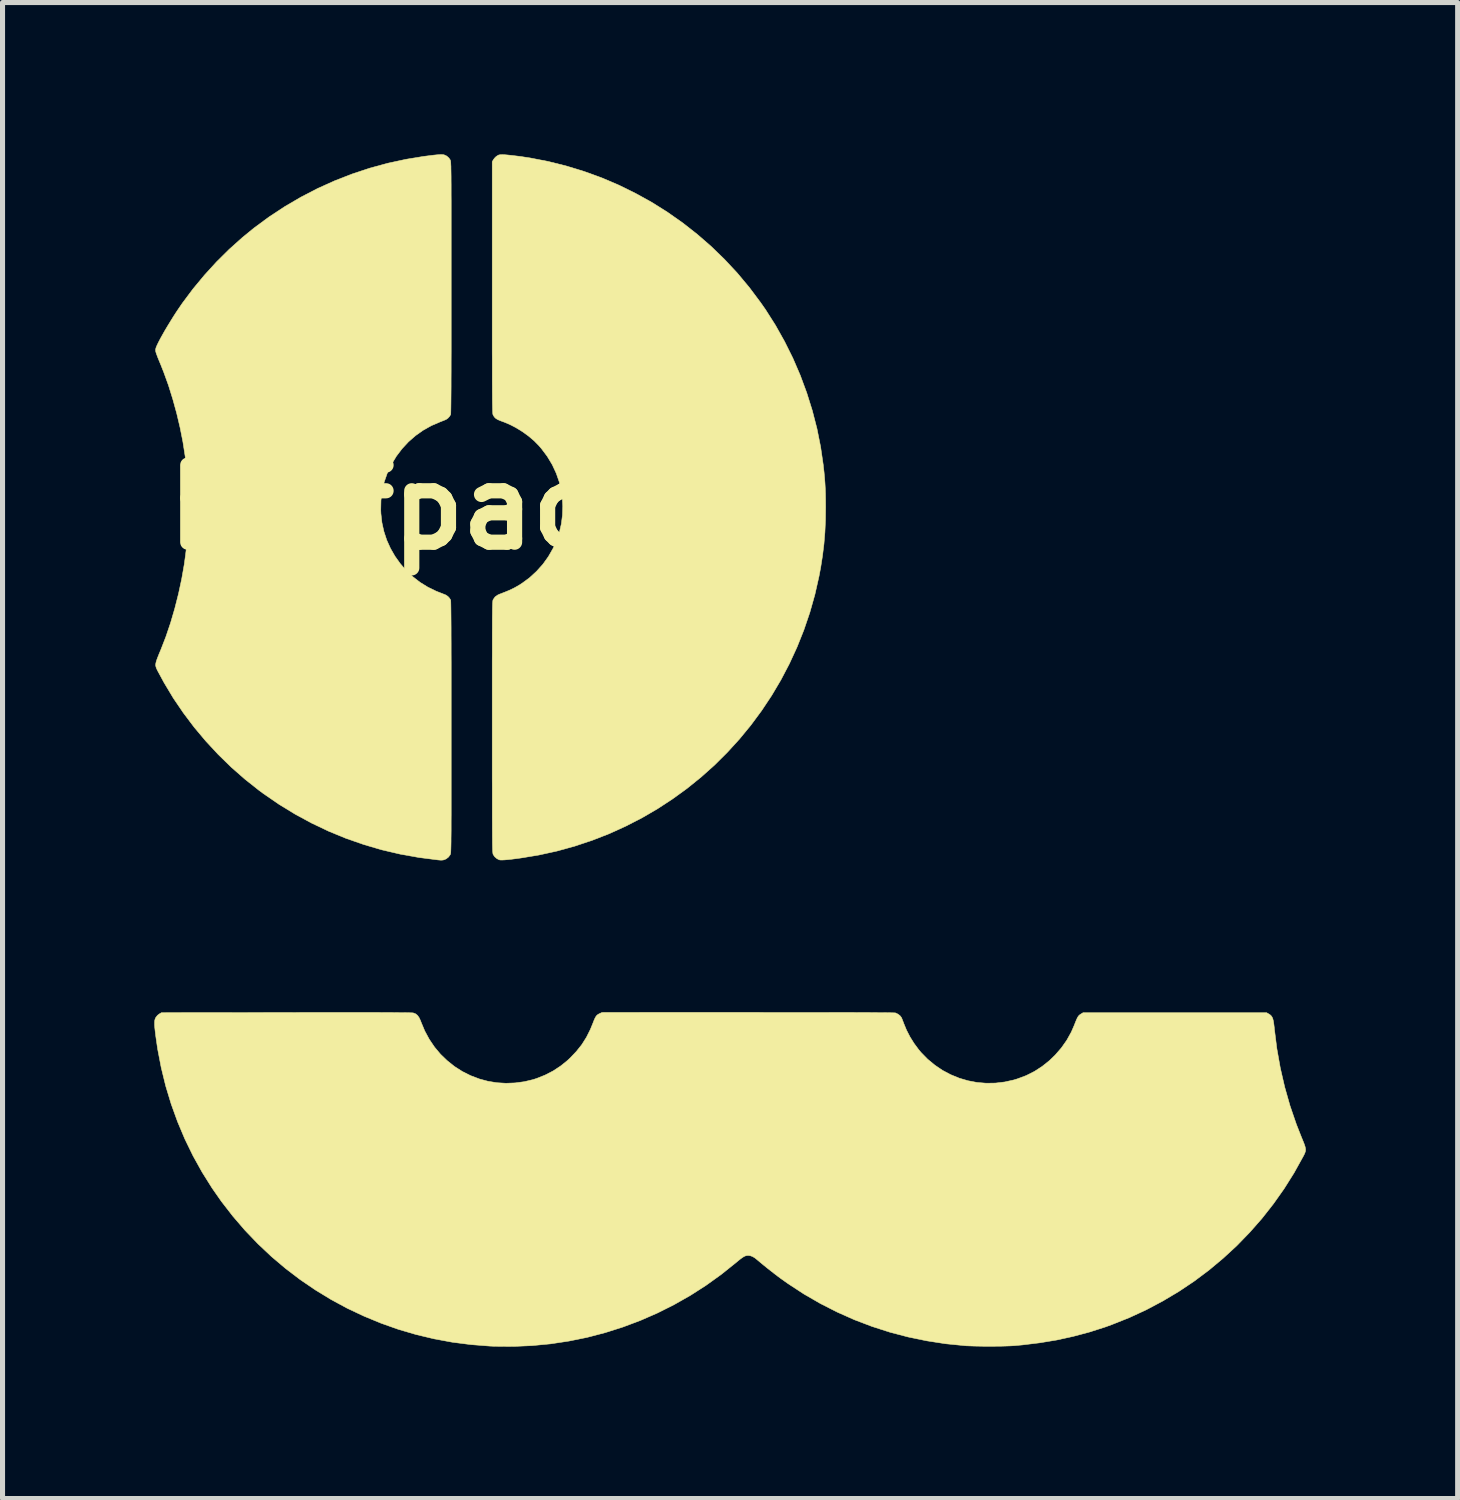
<source format=kicad_pcb>
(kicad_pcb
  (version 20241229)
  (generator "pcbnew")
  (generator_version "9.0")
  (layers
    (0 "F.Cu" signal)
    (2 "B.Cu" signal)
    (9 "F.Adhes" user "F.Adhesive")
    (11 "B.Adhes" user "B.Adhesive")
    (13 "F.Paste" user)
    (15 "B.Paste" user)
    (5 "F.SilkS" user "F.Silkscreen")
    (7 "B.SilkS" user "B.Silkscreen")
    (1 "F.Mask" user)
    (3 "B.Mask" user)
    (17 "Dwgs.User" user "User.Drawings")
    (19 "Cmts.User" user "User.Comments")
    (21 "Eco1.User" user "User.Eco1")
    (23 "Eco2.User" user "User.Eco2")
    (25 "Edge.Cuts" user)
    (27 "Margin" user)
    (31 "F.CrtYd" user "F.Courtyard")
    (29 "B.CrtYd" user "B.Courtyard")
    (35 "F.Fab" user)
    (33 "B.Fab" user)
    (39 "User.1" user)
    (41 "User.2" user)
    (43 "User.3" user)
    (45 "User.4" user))
  (footprint "halfpad-fn"
    (layer "F.Cu")
    (at 6.648 6.976)
    (property "Reference" "halfpad-fn" (at 0 0 0) (layer "F.SilkS") (effects (font (size 1.524 1.524) (thickness 0.3))))
    (attr through_hole)
    (fp_poly (pts (xy 0.244 -6.969) (xy 0.29 -6.967) (xy 0.353 -6.961) (xy 0.428 -6.953) (xy 0.511 -6.943) (xy 0.6 -6.932) (xy 0.689 -6.918) (xy 0.776 -6.905) (xy 1.141 -6.834) (xy 1.5 -6.744) (xy 1.852 -6.636) (xy 2.198 -6.51) (xy 2.535 -6.366) (xy 2.864 -6.204) (xy 3.184 -6.027) (xy 3.494 -5.832) (xy 3.793 -5.622) (xy 4.081 -5.396) (xy 4.358 -5.155) (xy 4.622 -4.899) (xy 4.873 -4.63) (xy 5.11 -4.346) (xy 5.333 -4.048) (xy 5.431 -3.908) (xy 5.628 -3.598) (xy 5.808 -3.277) (xy 5.972 -2.947) (xy 6.118 -2.608) (xy 6.246 -2.262) (xy 6.356 -1.911) (xy 6.448 -1.554) (xy 6.52 -1.194) (xy 6.573 -0.832) (xy 6.574 -0.816) (xy 6.588 -0.695) (xy 6.598 -0.585) (xy 6.606 -0.48) (xy 6.612 -0.377) (xy 6.616 -0.27) (xy 6.618 -0.153) (xy 6.619 -0.023) (xy 6.619 0) (xy 6.616 0.253) (xy 6.605 0.492) (xy 6.586 0.724) (xy 6.558 0.953) (xy 6.522 1.185) (xy 6.489 1.361) (xy 6.407 1.724) (xy 6.307 2.078) (xy 6.189 2.425) (xy 6.054 2.763) (xy 5.903 3.091) (xy 5.736 3.41) (xy 5.553 3.719) (xy 5.355 4.017) (xy 5.143 4.304) (xy 4.917 4.579) (xy 4.677 4.842) (xy 4.425 5.093) (xy 4.16 5.33) (xy 3.883 5.554) (xy 3.595 5.763) (xy 3.297 5.958) (xy 2.988 6.138) (xy 2.669 6.302) (xy 2.341 6.451) (xy 2.005 6.582) (xy 1.66 6.697) (xy 1.308 6.794) (xy 0.948 6.873) (xy 0.582 6.933) (xy 0.5 6.944) (xy 0.405 6.956) (xy 0.328 6.964) (xy 0.267 6.969) (xy 0.221 6.971) (xy 0.188 6.97) (xy 0.167 6.966) (xy 0.122 6.943) (xy 0.08 6.907) (xy 0.051 6.865) (xy 0.049 6.862) (xy 0.047 6.857) (xy 0.045 6.851) (xy 0.044 6.843) (xy 0.042 6.833) (xy 0.041 6.819) (xy 0.039 6.801) (xy 0.038 6.779) (xy 0.037 6.75) (xy 0.036 6.716) (xy 0.035 6.674) (xy 0.034 6.625) (xy 0.034 6.567) (xy 0.033 6.5) (xy 0.033 6.422) (xy 0.032 6.334) (xy 0.032 6.235) (xy 0.031 6.123) (xy 0.031 5.998) (xy 0.031 5.859) (xy 0.031 5.706) (xy 0.031 5.538) (xy 0.03 5.353) (xy 0.03 5.152) (xy 0.03 4.933) (xy 0.03 4.696) (xy 0.03 4.44) (xy 0.03 4.341) (xy 0.03 4.077) (xy 0.03 3.834) (xy 0.03 3.608) (xy 0.03 3.401) (xy 0.03 3.211) (xy 0.03 3.036) (xy 0.031 2.878) (xy 0.031 2.734) (xy 0.031 2.604) (xy 0.031 2.488) (xy 0.032 2.384) (xy 0.032 2.292) (xy 0.032 2.211) (xy 0.033 2.14) (xy 0.034 2.079) (xy 0.034 2.027) (xy 0.035 1.983) (xy 0.036 1.946) (xy 0.037 1.915) (xy 0.038 1.891) (xy 0.04 1.872) (xy 0.041 1.857) (xy 0.042 1.846) (xy 0.044 1.837) (xy 0.046 1.831) (xy 0.048 1.826) (xy 0.05 1.822) (xy 0.086 1.771) (xy 0.139 1.733) (xy 0.177 1.716) (xy 0.283 1.675) (xy 0.375 1.637) (xy 0.456 1.598) (xy 0.532 1.556) (xy 0.608 1.509) (xy 0.615 1.504) (xy 0.768 1.392) (xy 0.906 1.265) (xy 1.031 1.126) (xy 1.14 0.974) (xy 1.233 0.811) (xy 1.309 0.639) (xy 1.357 0.495) (xy 1.396 0.328) (xy 1.418 0.154) (xy 1.424 -0.024) (xy 1.414 -0.202) (xy 1.387 -0.375) (xy 1.357 -0.495) (xy 1.295 -0.673) (xy 1.216 -0.843) (xy 1.118 -1.006) (xy 1.001 -1.162) (xy 0.95 -1.221) (xy 0.856 -1.316) (xy 0.745 -1.41) (xy 0.624 -1.497) (xy 0.497 -1.575) (xy 0.368 -1.641) (xy 0.248 -1.69) (xy 0.186 -1.713) (xy 0.14 -1.733) (xy 0.106 -1.753) (xy 0.081 -1.775) (xy 0.061 -1.802) (xy 0.046 -1.828) (xy 0.044 -1.833) (xy 0.043 -1.84) (xy 0.041 -1.851) (xy 0.04 -1.865) (xy 0.039 -1.885) (xy 0.038 -1.909) (xy 0.037 -1.94) (xy 0.036 -1.978) (xy 0.035 -2.024) (xy 0.034 -2.078) (xy 0.033 -2.142) (xy 0.033 -2.215) (xy 0.032 -2.299) (xy 0.032 -2.394) (xy 0.031 -2.502) (xy 0.031 -2.622) (xy 0.031 -2.756) (xy 0.031 -2.904) (xy 0.03 -3.067) (xy 0.03 -3.246) (xy 0.03 -3.442) (xy 0.03 -3.654) (xy 0.03 -3.885) (xy 0.03 -4.134) (xy 0.03 -4.345) (xy 0.03 -6.83) (xy 0.053 -6.87) (xy 0.075 -6.9) (xy 0.105 -6.93) (xy 0.119 -6.94) (xy 0.142 -6.955) (xy 0.162 -6.964) (xy 0.187 -6.968) (xy 0.221 -6.969) (xy 0.244 -6.969)) (stroke (width 0.01) (type solid)) (fill yes) (layer "F.SilkS"))
    (fp_poly (pts (xy -0.938 -6.969) (xy -0.921 -6.966) (xy -0.869 -6.942) (xy -0.825 -6.902) (xy -0.8 -6.865) (xy -0.798 -6.86) (xy -0.796 -6.855) (xy -0.794 -6.848) (xy -0.793 -6.84) (xy -0.791 -6.828) (xy -0.79 -6.812) (xy -0.789 -6.792) (xy -0.788 -6.767) (xy -0.786 -6.736) (xy -0.786 -6.698) (xy -0.785 -6.652) (xy -0.784 -6.599) (xy -0.783 -6.536) (xy -0.783 -6.464) (xy -0.782 -6.381) (xy -0.782 -6.287) (xy -0.782 -6.181) (xy -0.781 -6.063) (xy -0.781 -5.931) (xy -0.781 -5.785) (xy -0.781 -5.624) (xy -0.781 -5.447) (xy -0.781 -5.254) (xy -0.781 -5.044) (xy -0.781 -4.816) (xy -0.781 -4.569) (xy -0.781 -4.344) (xy -0.781 -4.05) (xy -0.781 -3.775) (xy -0.781 -3.52) (xy -0.781 -3.284) (xy -0.781 -3.066) (xy -0.782 -2.868) (xy -0.782 -2.687) (xy -0.783 -2.525) (xy -0.783 -2.381) (xy -0.784 -2.254) (xy -0.785 -2.145) (xy -0.786 -2.052) (xy -0.787 -1.976) (xy -0.788 -1.917) (xy -0.789 -1.874) (xy -0.79 -1.846) (xy -0.791 -1.835) (xy -0.791 -1.835) (xy -0.812 -1.799) (xy -0.843 -1.764) (xy -0.878 -1.738) (xy -0.881 -1.737) (xy -0.9 -1.728) (xy -0.934 -1.714) (xy -0.975 -1.698) (xy -1.006 -1.686) (xy -1.175 -1.613) (xy -1.337 -1.522) (xy -1.488 -1.415) (xy -1.627 -1.293) (xy -1.753 -1.157) (xy -1.865 -1.009) (xy -1.867 -1.006) (xy -1.965 -0.842) (xy -2.045 -0.673) (xy -2.105 -0.5) (xy -2.146 -0.32) (xy -2.169 -0.135) (xy -2.173 0.058) (xy -2.17 0.123) (xy -2.15 0.302) (xy -2.111 0.478) (xy -2.055 0.648) (xy -1.981 0.812) (xy -1.892 0.967) (xy -1.788 1.113) (xy -1.67 1.249) (xy -1.539 1.372) (xy -1.396 1.483) (xy -1.242 1.578) (xy -1.078 1.658) (xy -1.006 1.686) (xy -0.962 1.703) (xy -0.922 1.719) (xy -0.892 1.731) (xy -0.881 1.737) (xy -0.846 1.761) (xy -0.814 1.796) (xy -0.793 1.831) (xy -0.791 1.835) (xy -0.79 1.846) (xy -0.789 1.873) (xy -0.788 1.915) (xy -0.787 1.974) (xy -0.786 2.049) (xy -0.785 2.141) (xy -0.784 2.25) (xy -0.783 2.376) (xy -0.783 2.52) (xy -0.782 2.682) (xy -0.782 2.861) (xy -0.781 3.059) (xy -0.781 3.276) (xy -0.781 3.511) (xy -0.781 3.766) (xy -0.781 4.04) (xy -0.781 4.334) (xy -0.781 4.344) (xy -0.781 4.608) (xy -0.781 4.851) (xy -0.781 5.077) (xy -0.781 5.284) (xy -0.781 5.475) (xy -0.781 5.649) (xy -0.781 5.808) (xy -0.781 5.952) (xy -0.781 6.082) (xy -0.782 6.198) (xy -0.782 6.302) (xy -0.782 6.394) (xy -0.783 6.475) (xy -0.784 6.546) (xy -0.784 6.607) (xy -0.785 6.66) (xy -0.786 6.704) (xy -0.787 6.741) (xy -0.788 6.771) (xy -0.789 6.796) (xy -0.79 6.815) (xy -0.791 6.83) (xy -0.793 6.841) (xy -0.795 6.85) (xy -0.796 6.856) (xy -0.798 6.861) (xy -0.8 6.865) (xy -0.834 6.912) (xy -0.88 6.948) (xy -0.919 6.965) (xy -0.943 6.971) (xy -0.967 6.973) (xy -0.997 6.973) (xy -1.04 6.969) (xy -1.041 6.969) (xy -1.416 6.921) (xy -1.786 6.855) (xy -2.15 6.77) (xy -2.508 6.665) (xy -2.859 6.543) (xy -3.202 6.402) (xy -3.538 6.242) (xy -3.865 6.065) (xy -4.184 5.87) (xy -4.492 5.658) (xy -4.579 5.594) (xy -4.859 5.372) (xy -5.129 5.135) (xy -5.386 4.884) (xy -5.63 4.621) (xy -5.86 4.347) (xy -6.074 4.063) (xy -6.273 3.77) (xy -6.453 3.47) (xy -6.575 3.245) (xy -6.594 3.208) (xy -6.608 3.177) (xy -6.617 3.149) (xy -6.622 3.122) (xy -6.62 3.093) (xy -6.613 3.058) (xy -6.6 3.016) (xy -6.58 2.963) (xy -6.554 2.897) (xy -6.521 2.819) (xy -6.42 2.559) (xy -6.327 2.284) (xy -6.244 2) (xy -6.17 1.709) (xy -6.107 1.416) (xy -6.056 1.126) (xy -6.031 0.94) (xy -6.019 0.844) (xy -6.009 0.759) (xy -6.001 0.683) (xy -5.995 0.611) (xy -5.99 0.541) (xy -5.986 0.47) (xy -5.983 0.394) (xy -5.982 0.311) (xy -5.981 0.217) (xy -5.98 0.109) (xy -5.98 -0.01) (xy -5.98 -0.141) (xy -5.981 -0.255) (xy -5.983 -0.355) (xy -5.985 -0.445) (xy -5.989 -0.528) (xy -5.994 -0.607) (xy -6.001 -0.686) (xy -6.009 -0.767) (xy -6.019 -0.855) (xy -6.031 -0.951) (xy -6.04 -1.017) (xy -6.083 -1.293) (xy -6.139 -1.575) (xy -6.206 -1.858) (xy -6.283 -2.137) (xy -6.368 -2.41) (xy -6.462 -2.67) (xy -6.521 -2.819) (xy -6.553 -2.896) (xy -6.578 -2.957) (xy -6.596 -3.005) (xy -6.609 -3.041) (xy -6.618 -3.069) (xy -6.622 -3.09) (xy -6.623 -3.108) (xy -6.622 -3.123) (xy -6.622 -3.125) (xy -6.614 -3.156) (xy -6.595 -3.202) (xy -6.567 -3.26) (xy -6.531 -3.329) (xy -6.488 -3.407) (xy -6.44 -3.492) (xy -6.387 -3.581) (xy -6.33 -3.674) (xy -6.272 -3.768) (xy -6.212 -3.861) (xy -6.151 -3.951) (xy -6.092 -4.037) (xy -6.09 -4.04) (xy -5.882 -4.318) (xy -5.657 -4.589) (xy -5.419 -4.85) (xy -5.169 -5.098) (xy -4.909 -5.331) (xy -4.678 -5.52) (xy -4.379 -5.74) (xy -4.069 -5.944) (xy -3.749 -6.131) (xy -3.421 -6.301) (xy -3.084 -6.453) (xy -2.74 -6.587) (xy -2.39 -6.703) (xy -2.034 -6.8) (xy -1.673 -6.878) (xy -1.326 -6.935) (xy -1.222 -6.948) (xy -1.136 -6.959) (xy -1.067 -6.966) (xy -1.012 -6.97) (xy -0.97 -6.971) (xy -0.938 -6.969)) (stroke (width 0.01) (type solid)) (fill yes) (layer "F.SilkS")))
  (footprint "halfpad-rshift"
    (layer "F.Cu")
    (at 11.377 20.261)
    (property "Reference" "halfpad-rshift" (at 0 0 0) (layer "F.SilkS") (effects (font (size 1.524 1.524) (thickness 0.3))))
    (attr through_hole)
    (fp_poly (pts (xy 0.662 -3.302) (xy 0.948 -3.302) (xy 1.215 -3.302) (xy 1.464 -3.302) (xy 1.694 -3.302) (xy 1.906 -3.302) (xy 2.101 -3.301) (xy 2.28 -3.301) (xy 2.442 -3.301) (xy 2.588 -3.3) (xy 2.718 -3.3) (xy 2.834 -3.299) (xy 2.935 -3.298) (xy 3.022 -3.298) (xy 3.095 -3.297) (xy 3.155 -3.296) (xy 3.202 -3.295) (xy 3.237 -3.294) (xy 3.261 -3.293) (xy 3.272 -3.292) (xy 3.274 -3.291) (xy 3.319 -3.269) (xy 3.36 -3.238) (xy 3.387 -3.203) (xy 3.388 -3.202) (xy 3.398 -3.179) (xy 3.412 -3.143) (xy 3.428 -3.102) (xy 3.434 -3.085) (xy 3.488 -2.954) (xy 3.557 -2.82) (xy 3.638 -2.69) (xy 3.729 -2.567) (xy 3.775 -2.512) (xy 3.906 -2.378) (xy 4.049 -2.26) (xy 4.201 -2.157) (xy 4.362 -2.072) (xy 4.53 -2.003) (xy 4.704 -1.952) (xy 4.883 -1.918) (xy 5.064 -1.903) (xy 5.248 -1.906) (xy 5.431 -1.928) (xy 5.614 -1.969) (xy 5.679 -1.989) (xy 5.853 -2.054) (xy 6.016 -2.136) (xy 6.169 -2.235) (xy 6.314 -2.351) (xy 6.425 -2.458) (xy 6.549 -2.601) (xy 6.656 -2.753) (xy 6.745 -2.913) (xy 6.801 -3.042) (xy 6.827 -3.108) (xy 6.848 -3.159) (xy 6.866 -3.197) (xy 6.882 -3.224) (xy 6.899 -3.244) (xy 6.917 -3.259) (xy 6.934 -3.27) (xy 6.98 -3.298) (xy 10.603 -3.298) (xy 10.647 -3.273) (xy 10.675 -3.255) (xy 10.697 -3.234) (xy 10.714 -3.209) (xy 10.728 -3.176) (xy 10.739 -3.132) (xy 10.748 -3.074) (xy 10.757 -3.001) (xy 10.759 -2.975) (xy 10.808 -2.585) (xy 10.876 -2.203) (xy 10.963 -1.826) (xy 11.068 -1.457) (xy 11.192 -1.095) (xy 11.294 -0.836) (xy 11.325 -0.761) (xy 11.348 -0.703) (xy 11.364 -0.656) (xy 11.373 -0.618) (xy 11.376 -0.586) (xy 11.372 -0.556) (xy 11.362 -0.526) (xy 11.347 -0.492) (xy 11.327 -0.454) (xy 11.148 -0.131) (xy 10.952 0.181) (xy 10.74 0.481) (xy 10.513 0.77) (xy 10.271 1.045) (xy 10.016 1.308) (xy 9.747 1.556) (xy 9.466 1.791) (xy 9.172 2.011) (xy 8.867 2.215) (xy 8.551 2.403) (xy 8.225 2.576) (xy 7.889 2.731) (xy 7.545 2.868) (xy 7.416 2.915) (xy 7.1 3.016) (xy 6.781 3.101) (xy 6.457 3.172) (xy 6.124 3.227) (xy 5.781 3.269) (xy 5.614 3.284) (xy 5.546 3.288) (xy 5.462 3.291) (xy 5.365 3.294) (xy 5.26 3.295) (xy 5.15 3.296) (xy 5.04 3.296) (xy 4.932 3.294) (xy 4.831 3.292) (xy 4.741 3.289) (xy 4.665 3.286) (xy 4.644 3.284) (xy 4.262 3.246) (xy 3.888 3.188) (xy 3.52 3.112) (xy 3.158 3.017) (xy 2.804 2.903) (xy 2.457 2.771) (xy 2.118 2.62) (xy 1.786 2.451) (xy 1.462 2.264) (xy 1.147 2.058) (xy 1.006 1.958) (xy 0.948 1.915) (xy 0.88 1.863) (xy 0.807 1.806) (xy 0.733 1.748) (xy 0.663 1.691) (xy 0.6 1.639) (xy 0.55 1.597) (xy 0.495 1.552) (xy 0.446 1.522) (xy 0.401 1.506) (xy 0.36 1.501) (xy 0.333 1.503) (xy 0.307 1.509) (xy 0.279 1.521) (xy 0.247 1.541) (xy 0.207 1.57) (xy 0.157 1.61) (xy 0.119 1.642) (xy -0.173 1.876) (xy -0.475 2.093) (xy -0.787 2.293) (xy -1.108 2.475) (xy -1.437 2.64) (xy -1.774 2.787) (xy -2.118 2.916) (xy -2.468 3.027) (xy -2.823 3.12) (xy -3.183 3.193) (xy -3.547 3.248) (xy -3.914 3.283) (xy -4.284 3.299) (xy -4.656 3.296) (xy -4.747 3.292) (xy -5.118 3.263) (xy -5.485 3.216) (xy -5.847 3.149) (xy -6.204 3.064) (xy -6.555 2.961) (xy -6.899 2.839) (xy -7.235 2.7) (xy -7.564 2.545) (xy -7.884 2.372) (xy -8.194 2.183) (xy -8.495 1.978) (xy -8.785 1.757) (xy -9.064 1.521) (xy -9.33 1.27) (xy -9.585 1.004) (xy -9.825 0.725) (xy -10.053 0.431) (xy -10.235 0.17) (xy -10.432 -0.144) (xy -10.612 -0.468) (xy -10.774 -0.801) (xy -10.918 -1.143) (xy -11.044 -1.492) (xy -11.152 -1.848) (xy -11.241 -2.212) (xy -11.312 -2.581) (xy -11.349 -2.837) (xy -11.36 -2.927) (xy -11.368 -2.999) (xy -11.372 -3.056) (xy -11.372 -3.102) (xy -11.37 -3.138) (xy -11.363 -3.167) (xy -11.354 -3.191) (xy -11.347 -3.203) (xy -11.314 -3.245) (xy -11.277 -3.273) (xy -11.234 -3.298) (xy -8.767 -3.3) (xy -8.491 -3.301) (xy -8.235 -3.301) (xy -7.998 -3.301) (xy -7.778 -3.301) (xy -7.577 -3.301) (xy -7.392 -3.301) (xy -7.224 -3.301) (xy -7.072 -3.301) (xy -6.934 -3.301) (xy -6.812 -3.3) (xy -6.703 -3.3) (xy -6.608 -3.299) (xy -6.525 -3.298) (xy -6.455 -3.298) (xy -6.397 -3.297) (xy -6.349 -3.296) (xy -6.312 -3.295) (xy -6.284 -3.294) (xy -6.266 -3.293) (xy -6.256 -3.291) (xy -6.256 -3.291) (xy -6.211 -3.273) (xy -6.174 -3.242) (xy -6.143 -3.197) (xy -6.114 -3.135) (xy -6.106 -3.112) (xy -6.033 -2.937) (xy -5.944 -2.772) (xy -5.84 -2.618) (xy -5.722 -2.477) (xy -5.589 -2.349) (xy -5.445 -2.234) (xy -5.29 -2.135) (xy -5.124 -2.052) (xy -4.949 -1.986) (xy -4.785 -1.942) (xy -4.609 -1.913) (xy -4.428 -1.902) (xy -4.247 -1.909) (xy -4.067 -1.933) (xy -3.894 -1.974) (xy -3.822 -1.997) (xy -3.652 -2.065) (xy -3.495 -2.146) (xy -3.349 -2.242) (xy -3.211 -2.353) (xy -3.161 -2.4) (xy -3.036 -2.531) (xy -2.928 -2.667) (xy -2.837 -2.811) (xy -2.759 -2.967) (xy -2.712 -3.082) (xy -2.688 -3.144) (xy -2.668 -3.189) (xy -2.65 -3.221) (xy -2.631 -3.245) (xy -2.608 -3.263) (xy -2.58 -3.278) (xy -2.578 -3.279) (xy -2.527 -3.302) (xy 0.356 -3.303) (xy 0.662 -3.302)) (stroke (width 0.01) (type solid)) (fill yes) (layer "F.SilkS")))
  (gr_rect
    (start -3 -3)
    (end 25.758 26.566)
    (stroke (width 0.1) (type default))
    (fill no)
    (layer "Edge.Cuts")))
</source>
